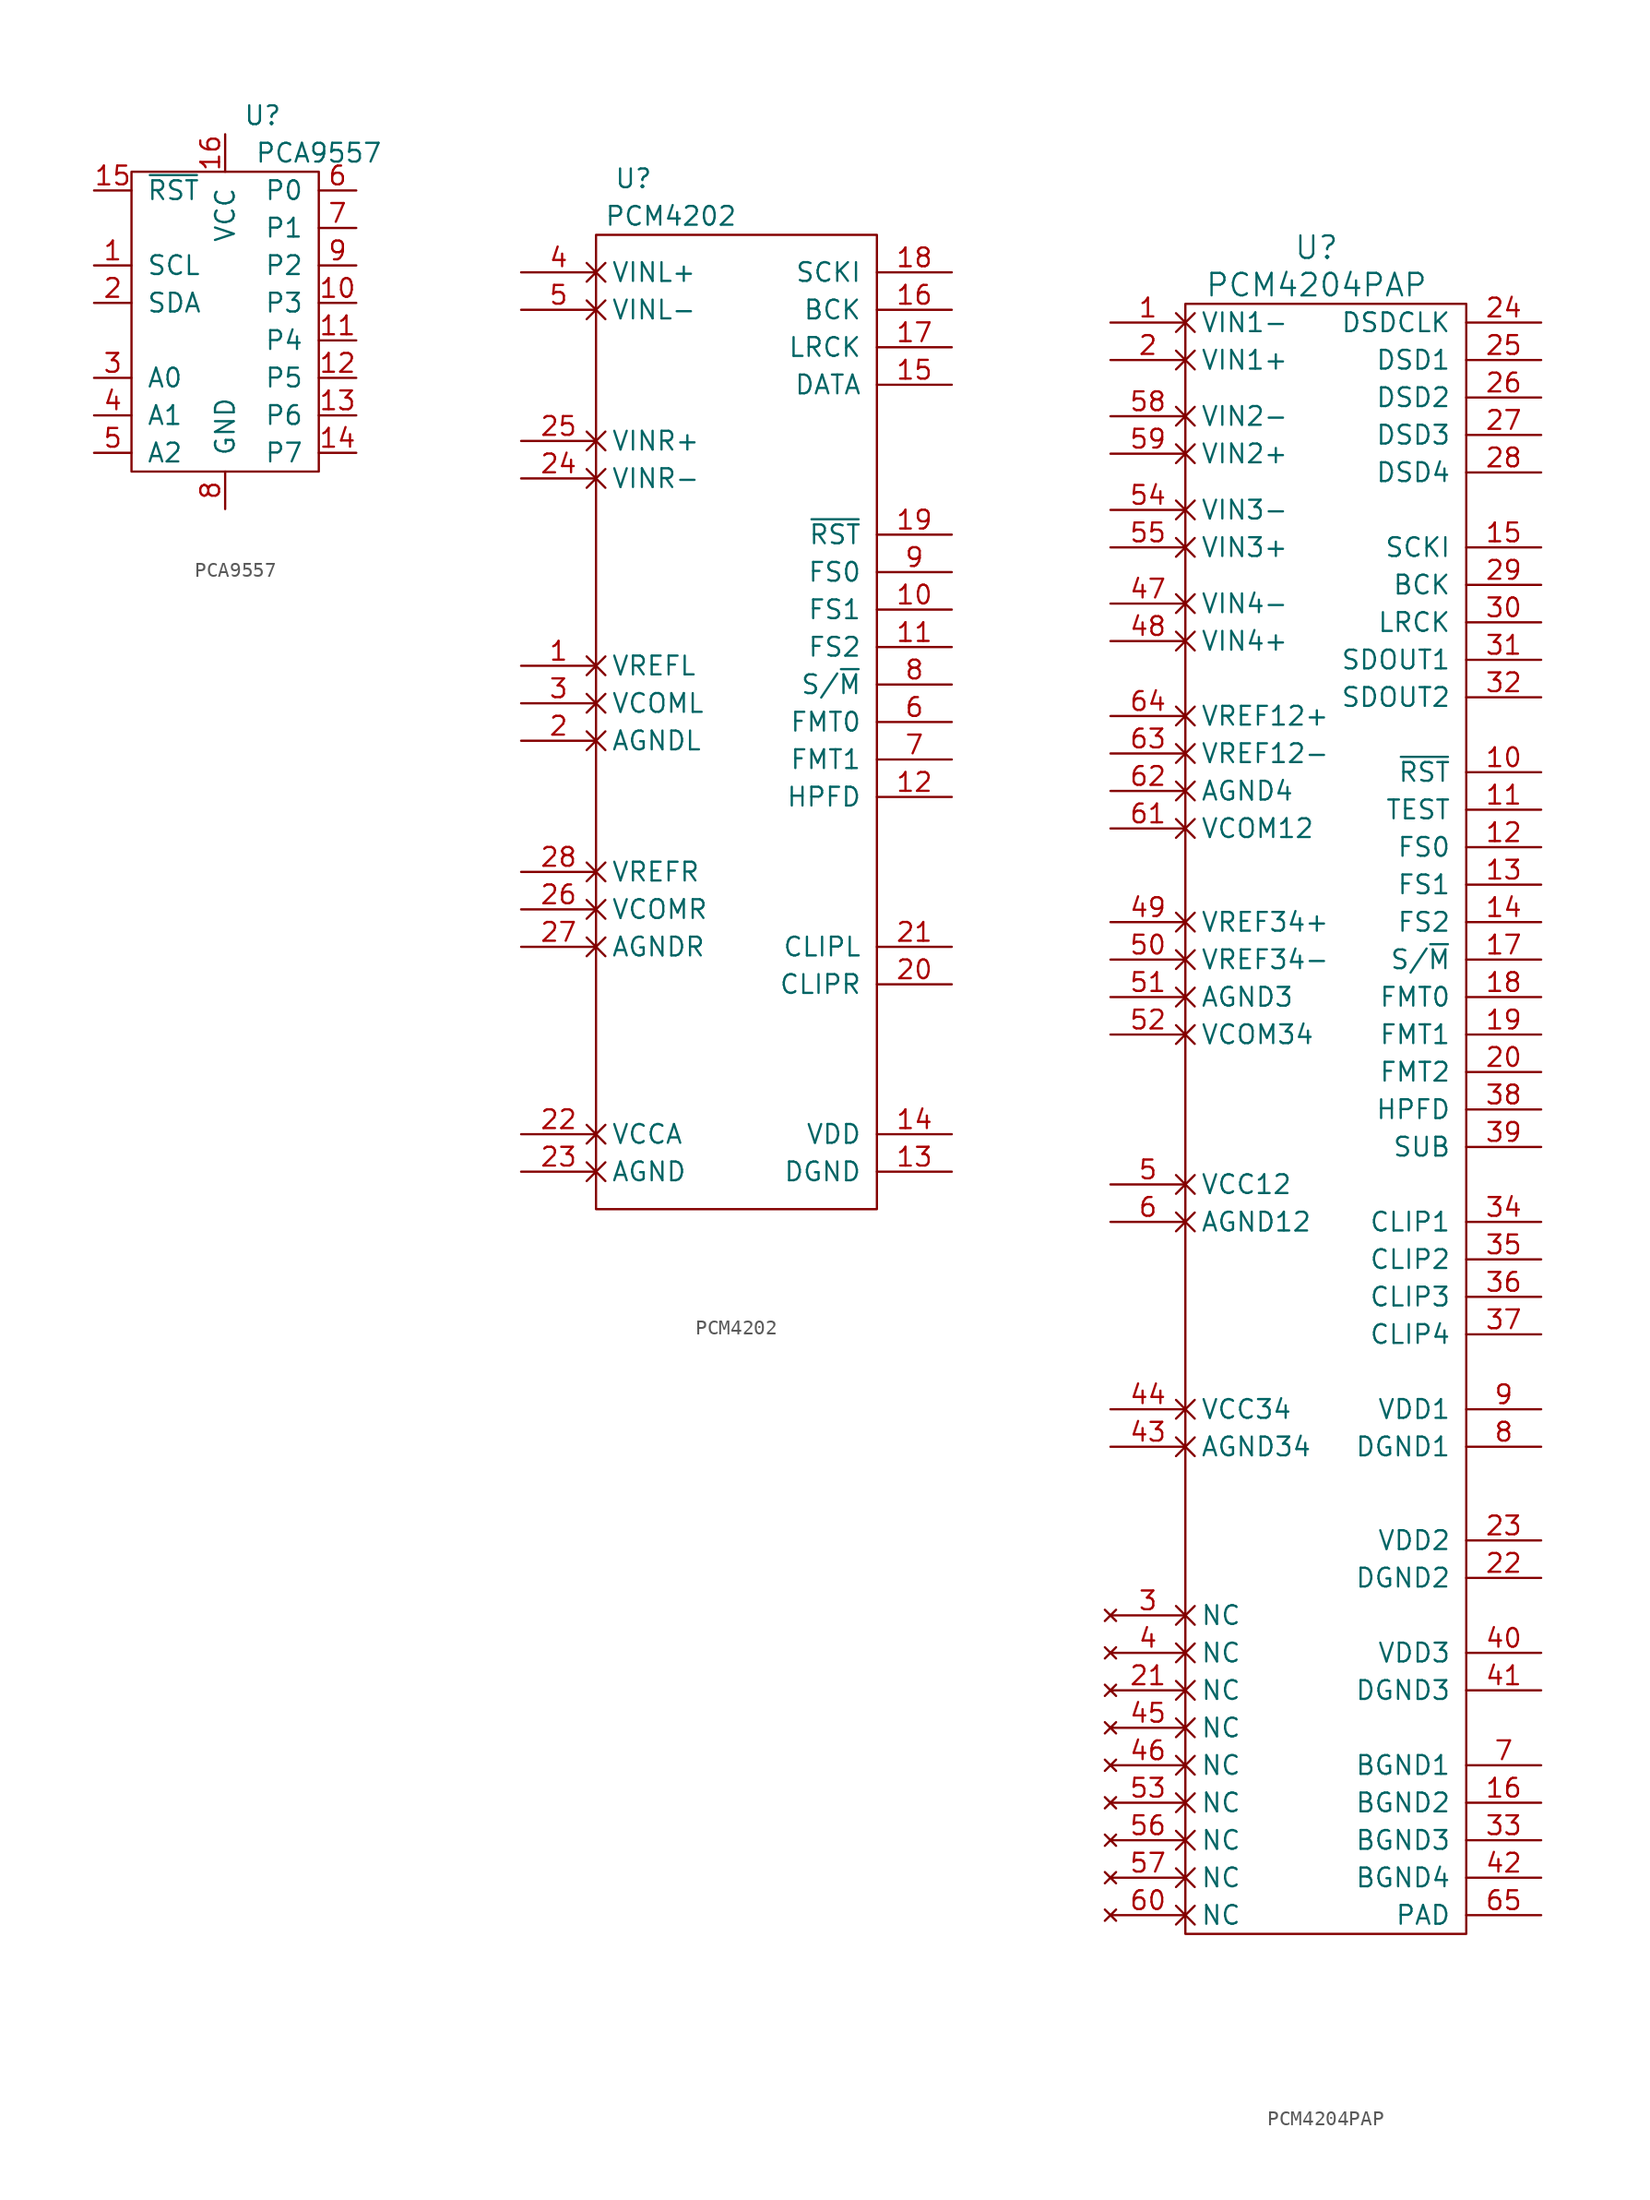
<source format=kicad_sym>
(kicad_symbol_lib
  (version 20211014)
  (generator kicad_symbol_editor)
  (symbol "PCA9557"
    (pin_names
      (offset 1.016))
    (property "Reference" "U"
      (at 2.54 13.97 0)
      (effects (font (size 1.27 1.27))))
    (property "Value" "PCA9557"
      (at 6.35 11.43 0)
      (effects (font (size 1.27 1.27))))
    (symbol "PCA9557_0_1"
      (rectangle (start -6.35 10.16) (end 6.35 -10.16) (stroke (width 0) (type default) (color 0 0 0 0)) (fill (type none))))
    (symbol "PCA9557_1_1"
      (pin input line (at -8.89 3.81 0) (length 2.54) (name "SCL" (effects (font (size 1.27 1.27)))) (number "1" (effects (font (size 1.27 1.27)))))
      (pin bidirectional line (at 8.89 1.27 180) (length 2.54) (name "P3" (effects (font (size 1.27 1.27)))) (number "10" (effects (font (size 1.27 1.27)))))
      (pin bidirectional line (at 8.89 -1.27 180) (length 2.54) (name "P4" (effects (font (size 1.27 1.27)))) (number "11" (effects (font (size 1.27 1.27)))))
      (pin bidirectional line (at 8.89 -3.81 180) (length 2.54) (name "P5" (effects (font (size 1.27 1.27)))) (number "12" (effects (font (size 1.27 1.27)))))
      (pin bidirectional line (at 8.89 -6.35 180) (length 2.54) (name "P6" (effects (font (size 1.27 1.27)))) (number "13" (effects (font (size 1.27 1.27)))))
      (pin bidirectional line (at 8.89 -8.89 180) (length 2.54) (name "P7" (effects (font (size 1.27 1.27)))) (number "14" (effects (font (size 1.27 1.27)))))
      (pin input line (at -8.89 8.89 0) (length 2.54) (name "~{RST}" (effects (font (size 1.27 1.27)))) (number "15" (effects (font (size 1.27 1.27)))))
      (pin power_in line (at 0 12.7 270) (length 2.54) (name "VCC" (effects (font (size 1.27 1.27)))) (number "16" (effects (font (size 1.27 1.27)))))
      (pin bidirectional line (at -8.89 1.27 0) (length 2.54) (name "SDA" (effects (font (size 1.27 1.27)))) (number "2" (effects (font (size 1.27 1.27)))))
      (pin input line (at -8.89 -3.81 0) (length 2.54) (name "A0" (effects (font (size 1.27 1.27)))) (number "3" (effects (font (size 1.27 1.27)))))
      (pin input line (at -8.89 -6.35 0) (length 2.54) (name "A1" (effects (font (size 1.27 1.27)))) (number "4" (effects (font (size 1.27 1.27)))))
      (pin input line (at -8.89 -8.89 0) (length 2.54) (name "A2" (effects (font (size 1.27 1.27)))) (number "5" (effects (font (size 1.27 1.27)))))
      (pin bidirectional line (at 8.89 8.89 180) (length 2.54) (name "P0" (effects (font (size 1.27 1.27)))) (number "6" (effects (font (size 1.27 1.27)))))
      (pin bidirectional line (at 8.89 6.35 180) (length 2.54) (name "P1" (effects (font (size 1.27 1.27)))) (number "7" (effects (font (size 1.27 1.27)))))
      (pin power_in line (at 0 -12.7 90) (length 2.54) (name "GND" (effects (font (size 1.27 1.27)))) (number "8" (effects (font (size 1.27 1.27)))))
      (pin bidirectional line (at 8.89 3.81 180) (length 2.54) (name "P2" (effects (font (size 1.27 1.27)))) (number "9" (effects (font (size 1.27 1.27)))))))
  (symbol "PCM4202"
    (pin_names
      (offset 1.016))
    (property "Reference" "U"
      (at -7.62 35.56 0)
      (effects (font (size 1.27 1.27))))
    (property "Value" "PCM4202"
      (at -5.08 33.02 0)
      (effects (font (size 1.27 1.27))))
    (symbol "PCM4202_1_1"
      (rectangle (start 8.89 31.75) (end -10.16 -34.29) (stroke (width 0) (type default) (color 0 0 0 0)) (fill (type none)))
      (pin output non_logic (at -15.24 2.54 0) (length 5.08) (name "VREFL" (effects (font (size 1.27 1.27)))) (number "1" (effects (font (size 1.27 1.27)))))
      (pin input line (at 13.97 6.35 180) (length 5.08) (name "FS1" (effects (font (size 1.27 1.27)))) (number "10" (effects (font (size 1.27 1.27)))))
      (pin input line (at 13.97 3.81 180) (length 5.08) (name "FS2" (effects (font (size 1.27 1.27)))) (number "11" (effects (font (size 1.27 1.27)))))
      (pin input line (at 13.97 -6.35 180) (length 5.08) (name "HPFD" (effects (font (size 1.27 1.27)))) (number "12" (effects (font (size 1.27 1.27)))))
      (pin power_in line (at 13.97 -31.75 180) (length 5.08) (name "DGND" (effects (font (size 1.27 1.27)))) (number "13" (effects (font (size 1.27 1.27)))))
      (pin power_in line (at 13.97 -29.21 180) (length 5.08) (name "VDD" (effects (font (size 1.27 1.27)))) (number "14" (effects (font (size 1.27 1.27)))))
      (pin output line (at 13.97 21.59 180) (length 5.08) (name "DATA" (effects (font (size 1.27 1.27)))) (number "15" (effects (font (size 1.27 1.27)))))
      (pin bidirectional line (at 13.97 26.67 180) (length 5.08) (name "BCK" (effects (font (size 1.27 1.27)))) (number "16" (effects (font (size 1.27 1.27)))))
      (pin bidirectional line (at 13.97 24.13 180) (length 5.08) (name "LRCK" (effects (font (size 1.27 1.27)))) (number "17" (effects (font (size 1.27 1.27)))))
      (pin input line (at 13.97 29.21 180) (length 5.08) (name "SCKI" (effects (font (size 1.27 1.27)))) (number "18" (effects (font (size 1.27 1.27)))))
      (pin input line (at 13.97 11.43 180) (length 5.08) (name "~{RST}" (effects (font (size 1.27 1.27)))) (number "19" (effects (font (size 1.27 1.27)))))
      (pin power_in non_logic (at -15.24 -2.54 0) (length 5.08) (name "AGNDL" (effects (font (size 1.27 1.27)))) (number "2" (effects (font (size 1.27 1.27)))))
      (pin input line (at 13.97 -19.05 180) (length 5.08) (name "CLIPR" (effects (font (size 1.27 1.27)))) (number "20" (effects (font (size 1.27 1.27)))))
      (pin input line (at 13.97 -16.51 180) (length 5.08) (name "CLIPL" (effects (font (size 1.27 1.27)))) (number "21" (effects (font (size 1.27 1.27)))))
      (pin power_in non_logic (at -15.24 -29.21 0) (length 5.08) (name "VCCA" (effects (font (size 1.27 1.27)))) (number "22" (effects (font (size 1.27 1.27)))))
      (pin power_in non_logic (at -15.24 -31.75 0) (length 5.08) (name "AGND" (effects (font (size 1.27 1.27)))) (number "23" (effects (font (size 1.27 1.27)))))
      (pin input non_logic (at -15.24 15.24 0) (length 5.08) (name "VINR-" (effects (font (size 1.27 1.27)))) (number "24" (effects (font (size 1.27 1.27)))))
      (pin input non_logic (at -15.24 17.78 0) (length 5.08) (name "VINR+" (effects (font (size 1.27 1.27)))) (number "25" (effects (font (size 1.27 1.27)))))
      (pin output non_logic (at -15.24 -13.97 0) (length 5.08) (name "VCOMR" (effects (font (size 1.27 1.27)))) (number "26" (effects (font (size 1.27 1.27)))))
      (pin power_in non_logic (at -15.24 -16.51 0) (length 5.08) (name "AGNDR" (effects (font (size 1.27 1.27)))) (number "27" (effects (font (size 1.27 1.27)))))
      (pin output non_logic (at -15.24 -11.43 0) (length 5.08) (name "VREFR" (effects (font (size 1.27 1.27)))) (number "28" (effects (font (size 1.27 1.27)))))
      (pin output non_logic (at -15.24 0 0) (length 5.08) (name "VCOML" (effects (font (size 1.27 1.27)))) (number "3" (effects (font (size 1.27 1.27)))))
      (pin input non_logic (at -15.24 29.21 0) (length 5.08) (name "VINL+" (effects (font (size 1.27 1.27)))) (number "4" (effects (font (size 1.27 1.27)))))
      (pin input non_logic (at -15.24 26.67 0) (length 5.08) (name "VINL-" (effects (font (size 1.27 1.27)))) (number "5" (effects (font (size 1.27 1.27)))))
      (pin input line (at 13.97 -1.27 180) (length 5.08) (name "FMT0" (effects (font (size 1.27 1.27)))) (number "6" (effects (font (size 1.27 1.27)))))
      (pin input line (at 13.97 -3.81 180) (length 5.08) (name "FMT1" (effects (font (size 1.27 1.27)))) (number "7" (effects (font (size 1.27 1.27)))))
      (pin input line (at 13.97 1.27 180) (length 5.08) (name "S/~{M}" (effects (font (size 1.27 1.27)))) (number "8" (effects (font (size 1.27 1.27)))))
      (pin input line (at 13.97 8.89 180) (length 5.08) (name "FS0" (effects (font (size 1.27 1.27)))) (number "9" (effects (font (size 1.27 1.27)))))))
  (symbol "PCM4204PAP"
    (pin_names
      (offset 1.016))
    (property "Reference" "U"
      (at 0 15.24 0)
      (effects (font (size 1.524 1.524))))
    (property "Value" "PCM4204PAP"
      (at 0 12.7 0)
      (effects (font (size 1.524 1.524))))
    (symbol "PCM4204PAP_0_1"
      (rectangle (start 10.16 11.43) (end -8.89 -99.06) (stroke (width 0) (type default) (color 0 0 0 0)) (fill (type none))))
    (symbol "PCM4204PAP_1_1"
      (pin input non_logic (at -13.97 10.16 0) (length 5.08) (name "VIN1-" (effects (font (size 1.27 1.27)))) (number "1" (effects (font (size 1.27 1.27)))))
      (pin input line (at 15.24 -20.32 180) (length 5.08) (name "~{RST}" (effects (font (size 1.27 1.27)))) (number "10" (effects (font (size 1.27 1.27)))))
      (pin input line (at 15.24 -22.86 180) (length 5.08) (name "TEST" (effects (font (size 1.27 1.27)))) (number "11" (effects (font (size 1.27 1.27)))))
      (pin input line (at 15.24 -25.4 180) (length 5.08) (name "FS0" (effects (font (size 1.27 1.27)))) (number "12" (effects (font (size 1.27 1.27)))))
      (pin input line (at 15.24 -27.94 180) (length 5.08) (name "FS1" (effects (font (size 1.27 1.27)))) (number "13" (effects (font (size 1.27 1.27)))))
      (pin input line (at 15.24 -30.48 180) (length 5.08) (name "FS2" (effects (font (size 1.27 1.27)))) (number "14" (effects (font (size 1.27 1.27)))))
      (pin bidirectional line (at 15.24 -5.08 180) (length 5.08) (name "SCKI" (effects (font (size 1.27 1.27)))) (number "15" (effects (font (size 1.27 1.27)))))
      (pin power_in line (at 15.24 -90.17 180) (length 5.08) (name "BGND2" (effects (font (size 1.27 1.27)))) (number "16" (effects (font (size 1.27 1.27)))))
      (pin input line (at 15.24 -33.02 180) (length 5.08) (name "S/~{M}" (effects (font (size 1.27 1.27)))) (number "17" (effects (font (size 1.27 1.27)))))
      (pin input line (at 15.24 -35.56 180) (length 5.08) (name "FMT0" (effects (font (size 1.27 1.27)))) (number "18" (effects (font (size 1.27 1.27)))))
      (pin input line (at 15.24 -38.1 180) (length 5.08) (name "FMT1" (effects (font (size 1.27 1.27)))) (number "19" (effects (font (size 1.27 1.27)))))
      (pin input non_logic (at -13.97 7.62 0) (length 5.08) (name "VIN1+" (effects (font (size 1.27 1.27)))) (number "2" (effects (font (size 1.27 1.27)))))
      (pin input line (at 15.24 -40.64 180) (length 5.08) (name "FMT2" (effects (font (size 1.27 1.27)))) (number "20" (effects (font (size 1.27 1.27)))))
      (pin no_connect non_logic (at -13.97 -82.55 0) (length 5.08) (name "NC" (effects (font (size 1.27 1.27)))) (number "21" (effects (font (size 1.27 1.27)))))
      (pin power_in line (at 15.24 -74.93 180) (length 5.08) (name "DGND2" (effects (font (size 1.27 1.27)))) (number "22" (effects (font (size 1.27 1.27)))))
      (pin power_in line (at 15.24 -72.39 180) (length 5.08) (name "VDD2" (effects (font (size 1.27 1.27)))) (number "23" (effects (font (size 1.27 1.27)))))
      (pin bidirectional line (at 15.24 10.16 180) (length 5.08) (name "DSDCLK" (effects (font (size 1.27 1.27)))) (number "24" (effects (font (size 1.27 1.27)))))
      (pin bidirectional line (at 15.24 7.62 180) (length 5.08) (name "DSD1" (effects (font (size 1.27 1.27)))) (number "25" (effects (font (size 1.27 1.27)))))
      (pin bidirectional line (at 15.24 5.08 180) (length 5.08) (name "DSD2" (effects (font (size 1.27 1.27)))) (number "26" (effects (font (size 1.27 1.27)))))
      (pin bidirectional line (at 15.24 2.54 180) (length 5.08) (name "DSD3" (effects (font (size 1.27 1.27)))) (number "27" (effects (font (size 1.27 1.27)))))
      (pin bidirectional line (at 15.24 0 180) (length 5.08) (name "DSD4" (effects (font (size 1.27 1.27)))) (number "28" (effects (font (size 1.27 1.27)))))
      (pin output line (at 15.24 -7.62 180) (length 5.08) (name "BCK" (effects (font (size 1.27 1.27)))) (number "29" (effects (font (size 1.27 1.27)))))
      (pin no_connect non_logic (at -13.97 -77.47 0) (length 5.08) (name "NC" (effects (font (size 1.27 1.27)))) (number "3" (effects (font (size 1.27 1.27)))))
      (pin output line (at 15.24 -10.16 180) (length 5.08) (name "LRCK" (effects (font (size 1.27 1.27)))) (number "30" (effects (font (size 1.27 1.27)))))
      (pin output line (at 15.24 -12.7 180) (length 5.08) (name "SDOUT1" (effects (font (size 1.27 1.27)))) (number "31" (effects (font (size 1.27 1.27)))))
      (pin output line (at 15.24 -15.24 180) (length 5.08) (name "SDOUT2" (effects (font (size 1.27 1.27)))) (number "32" (effects (font (size 1.27 1.27)))))
      (pin power_in line (at 15.24 -92.71 180) (length 5.08) (name "BGND3" (effects (font (size 1.27 1.27)))) (number "33" (effects (font (size 1.27 1.27)))))
      (pin input line (at 15.24 -50.8 180) (length 5.08) (name "CLIP1" (effects (font (size 1.27 1.27)))) (number "34" (effects (font (size 1.27 1.27)))))
      (pin input line (at 15.24 -53.34 180) (length 5.08) (name "CLIP2" (effects (font (size 1.27 1.27)))) (number "35" (effects (font (size 1.27 1.27)))))
      (pin input line (at 15.24 -55.88 180) (length 5.08) (name "CLIP3" (effects (font (size 1.27 1.27)))) (number "36" (effects (font (size 1.27 1.27)))))
      (pin input line (at 15.24 -58.42 180) (length 5.08) (name "CLIP4" (effects (font (size 1.27 1.27)))) (number "37" (effects (font (size 1.27 1.27)))))
      (pin input line (at 15.24 -43.18 180) (length 5.08) (name "HPFD" (effects (font (size 1.27 1.27)))) (number "38" (effects (font (size 1.27 1.27)))))
      (pin input line (at 15.24 -45.72 180) (length 5.08) (name "SUB" (effects (font (size 1.27 1.27)))) (number "39" (effects (font (size 1.27 1.27)))))
      (pin no_connect non_logic (at -13.97 -80.01 0) (length 5.08) (name "NC" (effects (font (size 1.27 1.27)))) (number "4" (effects (font (size 1.27 1.27)))))
      (pin power_in line (at 15.24 -80.01 180) (length 5.08) (name "VDD3" (effects (font (size 1.27 1.27)))) (number "40" (effects (font (size 1.27 1.27)))))
      (pin power_in line (at 15.24 -82.55 180) (length 5.08) (name "DGND3" (effects (font (size 1.27 1.27)))) (number "41" (effects (font (size 1.27 1.27)))))
      (pin power_in line (at 15.24 -95.25 180) (length 5.08) (name "BGND4" (effects (font (size 1.27 1.27)))) (number "42" (effects (font (size 1.27 1.27)))))
      (pin power_in non_logic (at -13.97 -66.04 0) (length 5.08) (name "AGND34" (effects (font (size 1.27 1.27)))) (number "43" (effects (font (size 1.27 1.27)))))
      (pin power_in non_logic (at -13.97 -63.5 0) (length 5.08) (name "VCC34" (effects (font (size 1.27 1.27)))) (number "44" (effects (font (size 1.27 1.27)))))
      (pin no_connect non_logic (at -13.97 -85.09 0) (length 5.08) (name "NC" (effects (font (size 1.27 1.27)))) (number "45" (effects (font (size 1.27 1.27)))))
      (pin no_connect non_logic (at -13.97 -87.63 0) (length 5.08) (name "NC" (effects (font (size 1.27 1.27)))) (number "46" (effects (font (size 1.27 1.27)))))
      (pin input non_logic (at -13.97 -8.89 0) (length 5.08) (name "VIN4-" (effects (font (size 1.27 1.27)))) (number "47" (effects (font (size 1.27 1.27)))))
      (pin input non_logic (at -13.97 -11.43 0) (length 5.08) (name "VIN4+" (effects (font (size 1.27 1.27)))) (number "48" (effects (font (size 1.27 1.27)))))
      (pin input non_logic (at -13.97 -30.48 0) (length 5.08) (name "VREF34+" (effects (font (size 1.27 1.27)))) (number "49" (effects (font (size 1.27 1.27)))))
      (pin power_in non_logic (at -13.97 -48.26 0) (length 5.08) (name "VCC12" (effects (font (size 1.27 1.27)))) (number "5" (effects (font (size 1.27 1.27)))))
      (pin input non_logic (at -13.97 -33.02 0) (length 5.08) (name "VREF34-" (effects (font (size 1.27 1.27)))) (number "50" (effects (font (size 1.27 1.27)))))
      (pin input non_logic (at -13.97 -35.56 0) (length 5.08) (name "AGND3" (effects (font (size 1.27 1.27)))) (number "51" (effects (font (size 1.27 1.27)))))
      (pin input non_logic (at -13.97 -38.1 0) (length 5.08) (name "VCOM34" (effects (font (size 1.27 1.27)))) (number "52" (effects (font (size 1.27 1.27)))))
      (pin no_connect non_logic (at -13.97 -90.17 0) (length 5.08) (name "NC" (effects (font (size 1.27 1.27)))) (number "53" (effects (font (size 1.27 1.27)))))
      (pin input non_logic (at -13.97 -2.54 0) (length 5.08) (name "VIN3-" (effects (font (size 1.27 1.27)))) (number "54" (effects (font (size 1.27 1.27)))))
      (pin input non_logic (at -13.97 -5.08 0) (length 5.08) (name "VIN3+" (effects (font (size 1.27 1.27)))) (number "55" (effects (font (size 1.27 1.27)))))
      (pin no_connect non_logic (at -13.97 -92.71 0) (length 5.08) (name "NC" (effects (font (size 1.27 1.27)))) (number "56" (effects (font (size 1.27 1.27)))))
      (pin no_connect non_logic (at -13.97 -95.25 0) (length 5.08) (name "NC" (effects (font (size 1.27 1.27)))) (number "57" (effects (font (size 1.27 1.27)))))
      (pin input non_logic (at -13.97 3.81 0) (length 5.08) (name "VIN2-" (effects (font (size 1.27 1.27)))) (number "58" (effects (font (size 1.27 1.27)))))
      (pin input non_logic (at -13.97 1.27 0) (length 5.08) (name "VIN2+" (effects (font (size 1.27 1.27)))) (number "59" (effects (font (size 1.27 1.27)))))
      (pin power_in non_logic (at -13.97 -50.8 0) (length 5.08) (name "AGND12" (effects (font (size 1.27 1.27)))) (number "6" (effects (font (size 1.27 1.27)))))
      (pin no_connect non_logic (at -13.97 -97.79 0) (length 5.08) (name "NC" (effects (font (size 1.27 1.27)))) (number "60" (effects (font (size 1.27 1.27)))))
      (pin input non_logic (at -13.97 -24.13 0) (length 5.08) (name "VCOM12" (effects (font (size 1.27 1.27)))) (number "61" (effects (font (size 1.27 1.27)))))
      (pin input non_logic (at -13.97 -21.59 0) (length 5.08) (name "AGND4" (effects (font (size 1.27 1.27)))) (number "62" (effects (font (size 1.27 1.27)))))
      (pin input non_logic (at -13.97 -19.05 0) (length 5.08) (name "VREF12-" (effects (font (size 1.27 1.27)))) (number "63" (effects (font (size 1.27 1.27)))))
      (pin input non_logic (at -13.97 -16.51 0) (length 5.08) (name "VREF12+" (effects (font (size 1.27 1.27)))) (number "64" (effects (font (size 1.27 1.27)))))
      (pin power_in line (at 15.24 -97.79 180) (length 5.08) (name "PAD" (effects (font (size 1.27 1.27)))) (number "65" (effects (font (size 1.27 1.27)))))
      (pin power_in line (at 15.24 -87.63 180) (length 5.08) (name "BGND1" (effects (font (size 1.27 1.27)))) (number "7" (effects (font (size 1.27 1.27)))))
      (pin power_in line (at 15.24 -66.04 180) (length 5.08) (name "DGND1" (effects (font (size 1.27 1.27)))) (number "8" (effects (font (size 1.27 1.27)))))
      (pin power_in line (at 15.24 -63.5 180) (length 5.08) (name "VDD1" (effects (font (size 1.27 1.27)))) (number "9" (effects (font (size 1.27 1.27))))))))
</source>
